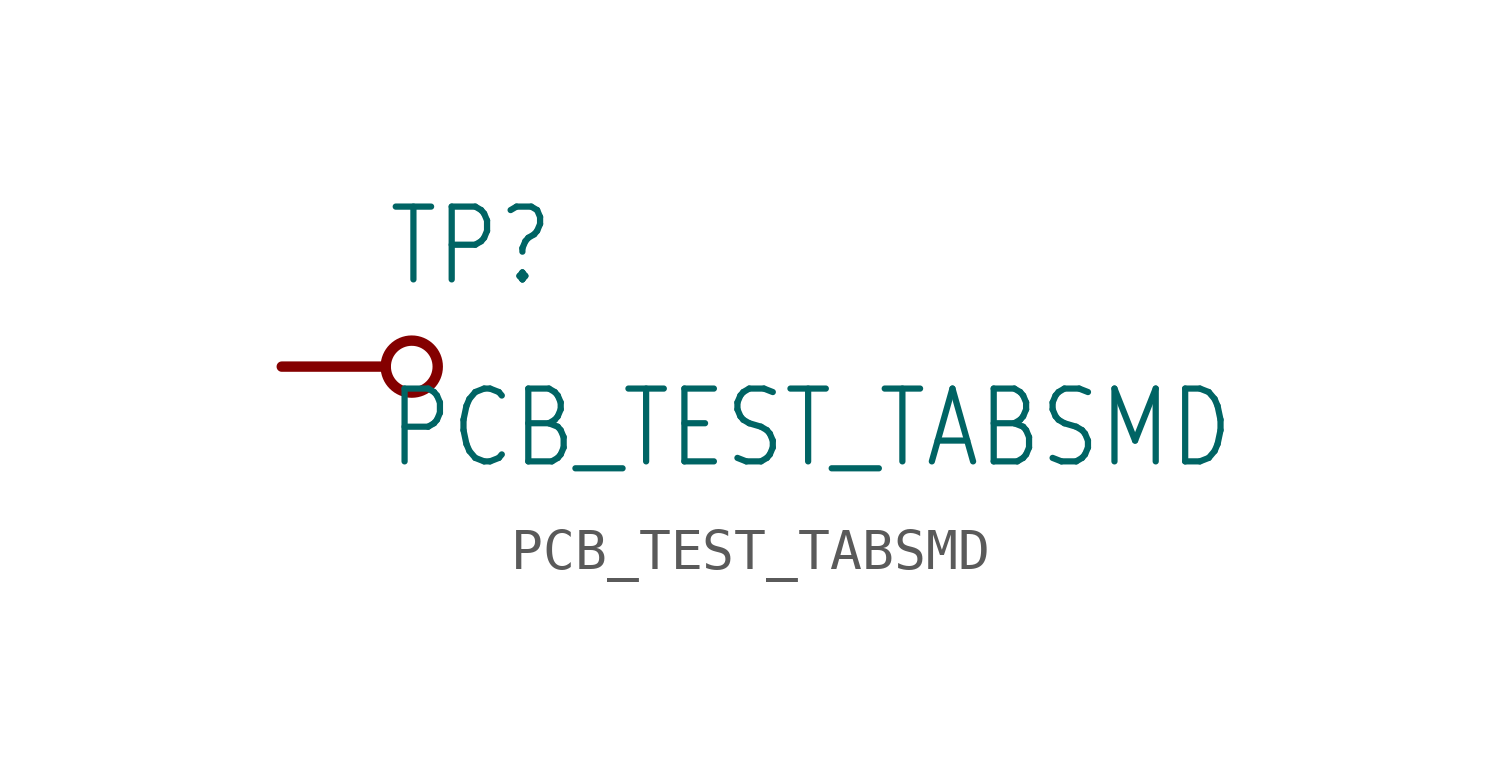
<source format=kicad_sym>
(kicad_symbol_lib
  (version 20211014)
  (generator kicad_symbol_editor)
  (symbol "PCB_TEST_TABSMD"
    (property "Reference" "TP"
      (at 0 1.905 0)
      (effects (font (size 1.778 1.511)) (justify left bottom)))
    (property "Value" "PCB_TEST_TABSMD"
      (at 0 -2.54 0)
      (effects (font (size 1.778 1.511)) (justify left bottom)))
    (property "ki_locked" ""
      (at 0 0 0)
      (effects (font (size 1.27 1.27))))
    (symbol "PCB_TEST_TABSMD_1_0"
      (polyline (pts (xy 0 0) (xy -2.54 0)) (stroke (width 0.254) (type default) (color 0 0 0 0)) (fill (type none)))
      (circle (center 0.635 0) (radius 0.635) (stroke (width 0.254) (type default) (color 0 0 0 0)) (fill (type none)))
      (pin bidirectional line (at -2.54 0 180) (length 0) (name "P$1" (effects (font (size 0 0)))) (number "P$1" (effects (font (size 0 0))))))))
</source>
